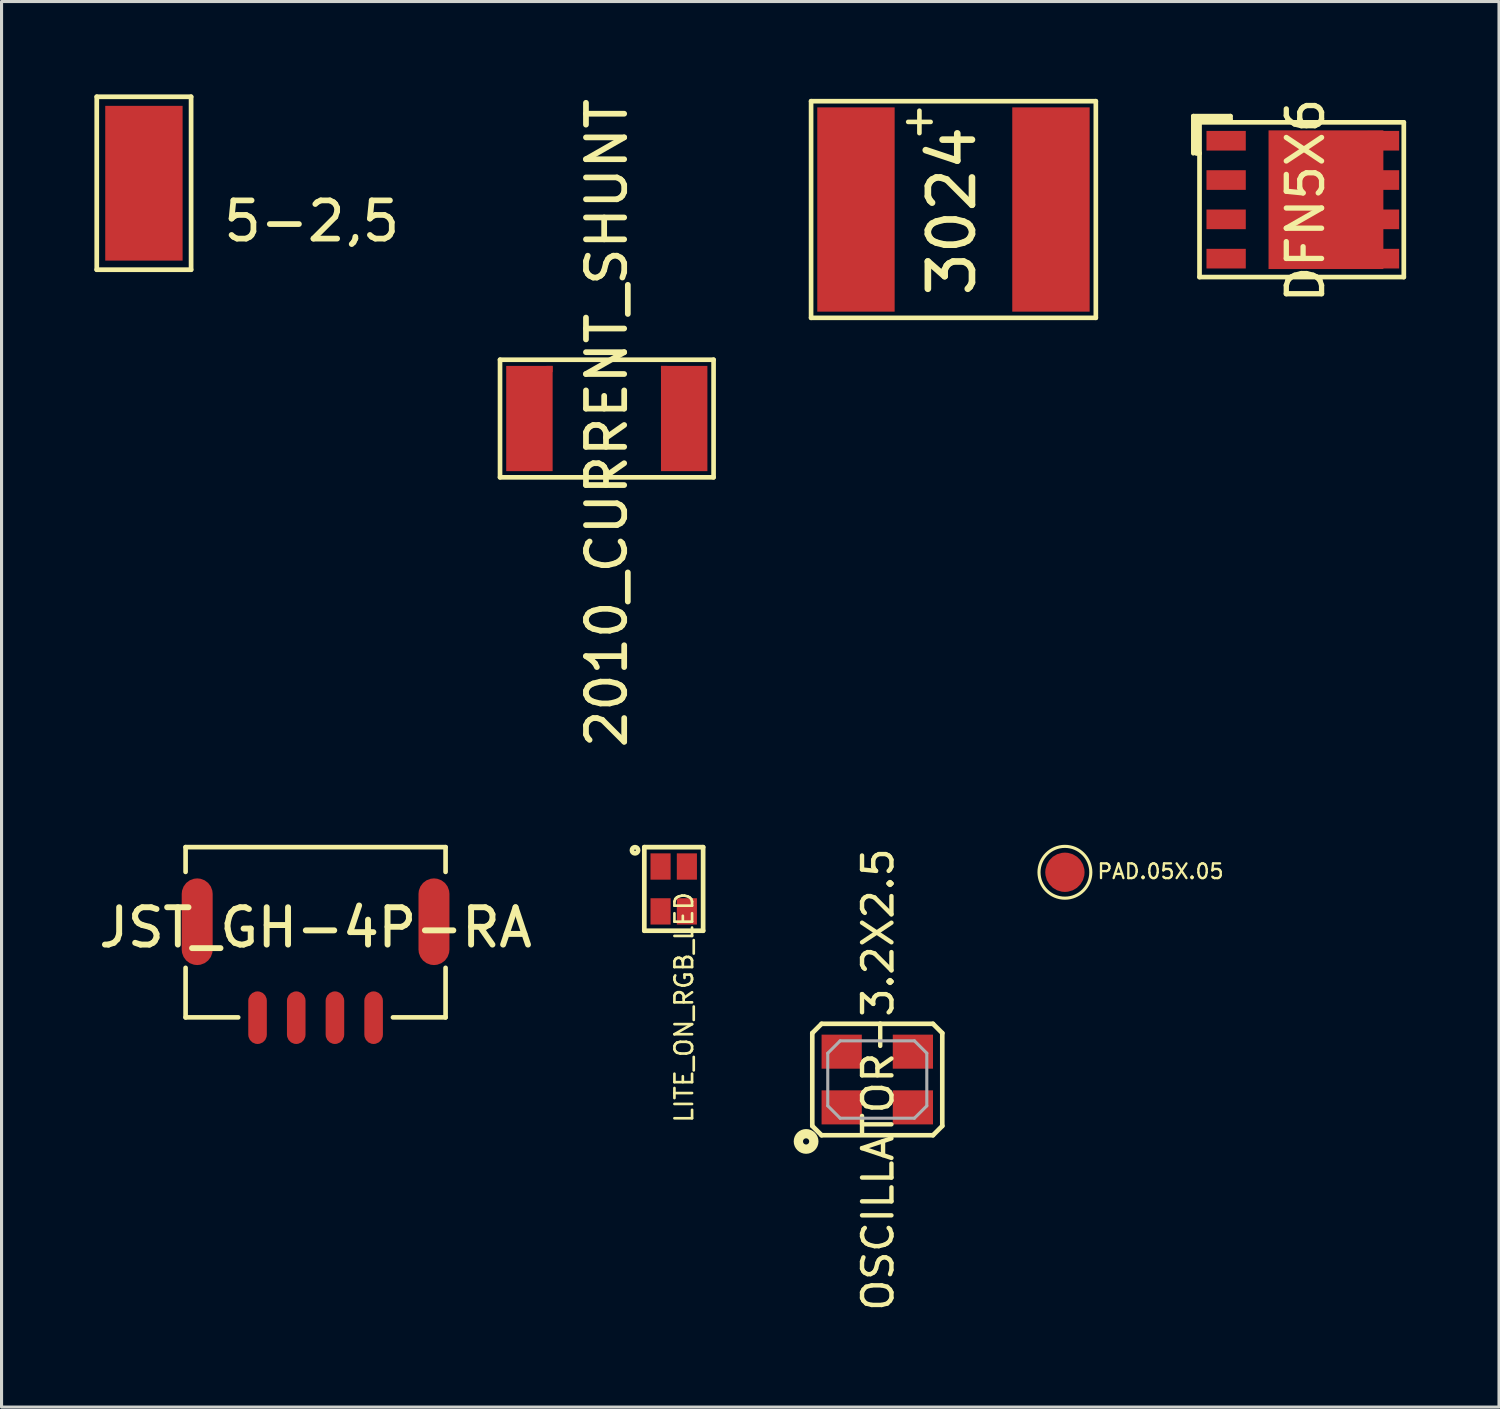
<source format=kicad_pcb>
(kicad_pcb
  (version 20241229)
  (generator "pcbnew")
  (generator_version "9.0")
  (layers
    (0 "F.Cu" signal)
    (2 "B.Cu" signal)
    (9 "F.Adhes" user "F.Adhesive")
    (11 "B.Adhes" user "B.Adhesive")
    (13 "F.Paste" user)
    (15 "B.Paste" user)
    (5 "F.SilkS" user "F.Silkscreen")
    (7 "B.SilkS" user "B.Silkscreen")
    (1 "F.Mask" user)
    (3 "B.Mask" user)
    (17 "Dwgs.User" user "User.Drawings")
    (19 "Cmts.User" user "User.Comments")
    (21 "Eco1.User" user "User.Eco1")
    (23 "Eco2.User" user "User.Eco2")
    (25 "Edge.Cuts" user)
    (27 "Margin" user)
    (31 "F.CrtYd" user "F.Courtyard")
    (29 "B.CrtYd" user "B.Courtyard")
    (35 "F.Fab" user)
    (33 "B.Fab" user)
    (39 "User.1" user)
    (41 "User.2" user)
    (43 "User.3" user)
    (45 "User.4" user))
  (footprint "OSCILLATOR-3.2X2.5"
    (layer "F.Cu")
    (at 25.294 31.828)
    (property "Reference" "OSCILLATOR-3.2X2.5" (at 0.025 0 90) (layer "F.SilkS") (effects (font (size 0.95 0.95) (thickness 0.142))))
    (attr through_hole)
    (fp_line (start -2.1 -1.5) (end -1.8 -1.8) (stroke (width 0.15) (type solid)) (layer "F.SilkS"))
    (fp_line (start -2.1 1.5) (end -2.1 -1.5) (stroke (width 0.15) (type solid)) (layer "F.SilkS"))
    (fp_line (start -1.8 -1.8) (end 1.8 -1.8) (stroke (width 0.15) (type solid)) (layer "F.SilkS"))
    (fp_line (start -1.8 1.8) (end -2.1 1.5) (stroke (width 0.15) (type solid)) (layer "F.SilkS"))
    (fp_line (start 1.8 -1.8) (end 2.1 -1.5) (stroke (width 0.15) (type solid)) (layer "F.SilkS"))
    (fp_line (start 1.8 1.8) (end -1.8 1.8) (stroke (width 0.15) (type solid)) (layer "F.SilkS"))
    (fp_line (start 2.1 -1.5) (end 2.1 1.5) (stroke (width 0.15) (type solid)) (layer "F.SilkS"))
    (fp_line (start 2.1 1.5) (end 1.8 1.8) (stroke (width 0.15) (type solid)) (layer "F.SilkS"))
    (fp_circle (center -2.3 2) (end -2.2 2) (stroke (width 0.3) (type solid)) (fill no) (layer "F.SilkS"))
    (fp_line (start -2.1 -1.5) (end -1.8 -1.8) (stroke (width 0.001) (type solid)) (layer "Dwgs.User"))
    (fp_line (start -2.1 1.5) (end -2.1 -1.5) (stroke (width 0.001) (type solid)) (layer "Dwgs.User"))
    (fp_line (start -1.8 -1.8) (end 1.8 -1.8) (stroke (width 0.001) (type solid)) (layer "Dwgs.User"))
    (fp_line (start -1.8 1.8) (end -2.1 1.5) (stroke (width 0.001) (type solid)) (layer "Dwgs.User"))
    (fp_line (start 1.8 -1.8) (end 2.1 -1.5) (stroke (width 0.001) (type solid)) (layer "Dwgs.User"))
    (fp_line (start 1.8 1.8) (end -1.8 1.8) (stroke (width 0.001) (type solid)) (layer "Dwgs.User"))
    (fp_line (start 2.1 -1.5) (end 2.1 1.5) (stroke (width 0.001) (type solid)) (layer "Dwgs.User"))
    (fp_line (start 2.1 1.5) (end 1.8 1.8) (stroke (width 0.001) (type solid)) (layer "Dwgs.User"))
    (fp_line (start -1.6 -0.85) (end -1.2 -1.25) (stroke (width 0.1) (type solid)) (layer "F.Fab"))
    (fp_line (start -1.6 0.85) (end -1.6 -0.85) (stroke (width 0.1) (type solid)) (layer "F.Fab"))
    (fp_line (start -1.6 0.85) (end -1.2 1.25) (stroke (width 0.1) (type solid)) (layer "F.Fab"))
    (fp_line (start -1.2 -1.25) (end 1.2 -1.25) (stroke (width 0.1) (type solid)) (layer "F.Fab"))
    (fp_line (start 1.2 -1.25) (end 1.6 -0.85) (stroke (width 0.1) (type solid)) (layer "F.Fab"))
    (fp_line (start 1.2 1.25) (end -1.2 1.25) (stroke (width 0.1) (type solid)) (layer "F.Fab"))
    (fp_line (start 1.2 1.25) (end 1.6 0.85) (stroke (width 0.1) (type solid)) (layer "F.Fab"))
    (fp_line (start 1.6 -0.85) (end 1.6 0.85) (stroke (width 0.1) (type solid)) (layer "F.Fab"))
    (pad "1" smd rect (at -1.15 0.9) (size 1.3 1.1) (layers "F.Cu" "F.Mask" "F.Paste"))
    (pad "2" smd rect (at 1.15 0.9) (size 1.3 1.1) (layers "F.Cu" "F.Mask" "F.Paste"))
    (pad "3" smd rect (at 1.15 -0.9) (size 1.3 1.1) (layers "F.Cu" "F.Mask" "F.Paste"))
    (pad "4" smd rect (at -1.15 -0.9) (size 1.3 1.1) (layers "F.Cu" "F.Mask" "F.Paste")))
  (footprint "PAD.05X.05"
    (layer "F.Cu")
    (at 31.356 25.132)
    (property "Reference" "PAD.05X.05" (at 1.004 0.25 0) (layer "F.SilkS") (effects (font (size 0.475 0.475) (thickness 0.075)) (justify left bottom)))
    (attr through_hole)
    (fp_circle (center 0 0) (end 0.837 0) (stroke (width 0.1) (type solid)) (fill no) (layer "F.SilkS"))
    (pad "P$1" smd roundrect (at 0 0) (size 1.27 1.27) (layers "F.Cu" "F.Mask") (roundrect_rratio 0.5)))
  (footprint "3024"
    (layer "F.Cu")
    (at 27.755 3.719)
    (property "Reference" "3024" (at -0.05 0.05 90) (layer "F.SilkS") (effects (font (size 1.425 1.425) (thickness 0.214))))
    (attr through_hole)
    (fp_line (start -4.6 -3.5) (end -4.6 3.5) (stroke (width 0.15) (type solid)) (layer "F.SilkS"))
    (fp_line (start -4.6 3.5) (end 4.6 3.5) (stroke (width 0.15) (type solid)) (layer "F.SilkS"))
    (fp_line (start 4.6 -3.5) (end -4.6 -3.5) (stroke (width 0.15) (type solid)) (layer "F.SilkS"))
    (fp_line (start 4.6 3.5) (end 4.6 -3.5) (stroke (width 0.15) (type solid)) (layer "F.SilkS"))
    (fp_text user "+" (at -1.1 -2.9 0) (layer "F.SilkS") (effects (font (size 0.95 0.95) (thickness 0.15))))
    (pad "+" smd rect (at -3.15 0 90) (size 6.6 2.5) (layers "F.Cu" "F.Mask" "F.Paste"))
    (pad "-" smd rect (at 3.15 0 90) (size 6.6 2.5) (layers "F.Cu" "F.Mask" "F.Paste")))
  (footprint "JST_GH-4P-RA"
    (layer "F.Cu")
    (at 7.146 26.92)
    (property "Reference" "JST_GH-4P-RA" (at 0 0 0) (layer "F.SilkS") (effects (font (size 1.206 1.206) (thickness 0.191))))
    (attr through_hole)
    (fp_line (start -4.2 -2.6) (end 4.2 -2.6) (stroke (width 0.15) (type solid)) (layer "F.SilkS"))
    (fp_line (start -4.2 -1.8) (end -4.2 -2.6) (stroke (width 0.15) (type solid)) (layer "F.SilkS"))
    (fp_line (start -4.2 2.9) (end -4.2 1.3) (stroke (width 0.15) (type solid)) (layer "F.SilkS"))
    (fp_line (start -2.5 2.9) (end -4.2 2.9) (stroke (width 0.15) (type solid)) (layer "F.SilkS"))
    (fp_line (start 4.2 -2.6) (end 4.2 -1.8) (stroke (width 0.15) (type solid)) (layer "F.SilkS"))
    (fp_line (start 4.2 1.3) (end 4.2 2.9) (stroke (width 0.15) (type solid)) (layer "F.SilkS"))
    (fp_line (start 4.2 2.9) (end 2.5 2.9) (stroke (width 0.15) (type solid)) (layer "F.SilkS"))
    (pad "1" smd roundrect (at 1.875 2.91 180) (size 0.6 1.7) (layers "F.Cu" "F.Mask" "F.Paste") (roundrect_rratio 0.5))
    (pad "2" smd roundrect (at 0.625 2.91 180) (size 0.6 1.7) (layers "F.Cu" "F.Mask" "F.Paste") (roundrect_rratio 0.5))
    (pad "3" smd roundrect (at -0.625 2.91 180) (size 0.6 1.7) (layers "F.Cu" "F.Mask" "F.Paste") (roundrect_rratio 0.5))
    (pad "4" smd roundrect (at -1.875 2.91 180) (size 0.6 1.7) (layers "F.Cu" "F.Mask" "F.Paste") (roundrect_rratio 0.5))
    (pad "M$0" smd roundrect (at -3.825 -0.19 270) (size 2.8 1) (layers "F.Cu" "F.Mask" "F.Paste") (roundrect_rratio 0.5))
    (pad "M$1" smd roundrect (at 3.825 -0.19 270) (size 2.8 1) (layers "F.Cu" "F.Mask" "F.Paste") (roundrect_rratio 0.5)))
  (footprint "2010_CURRENT_SHUNT"
    (layer "F.Cu")
    (at 16.555 10.472)
    (property "Reference" "2010_CURRENT_SHUNT" (at 0 0.15 270) (layer "F.SilkS") (effects (font (size 1.235 1.235) (thickness 0.185))))
    (attr through_hole)
    (fp_line (start -3.45 -1.9) (end -3.45 1.9) (stroke (width 0.15) (type solid)) (layer "F.SilkS"))
    (fp_line (start -3.45 1.9) (end 3.45 1.9) (stroke (width 0.15) (type solid)) (layer "F.SilkS"))
    (fp_line (start 3.45 -1.9) (end -3.45 -1.9) (stroke (width 0.15) (type solid)) (layer "F.SilkS"))
    (fp_line (start 3.45 1.9) (end 3.45 -1.9) (stroke (width 0.15) (type solid)) (layer "F.SilkS"))
    (pad "CURRENT1" smd rect (at -2.5 0) (size 1.5 3.4) (layers "F.Cu" "F.Mask" "F.Paste"))
    (pad "CURRENT2" smd rect (at 2.5 0) (size 1.5 3.4) (layers "F.Cu" "F.Mask" "F.Paste"))
    (pad "SENSE1" smd rect (at -1.85 -1.6) (size 0.2 0.2) (layers "F.Cu" "F.Mask" "F.Paste"))
    (pad "SENSE2" smd rect (at 1.85 -1.6) (size 0.2 0.2) (layers "F.Cu" "F.Mask" "F.Paste")))
  (footprint "DFN5X6"
    (layer "F.Cu")
    (at 39.105 3.402)
    (property "Reference" "DFN5X6" (at 0.025 0.025 270) (layer "F.SilkS") (effects (font (size 1.14 1.14) (thickness 0.171))))
    (attr through_hole)
    (fp_poly (pts (xy -1.17 -2.24) (xy -1.17 2.24) (xy 2.54 2.24) (xy 2.54 -2.24)) (stroke (width 0) (type solid)) (fill yes) (layer "F.Cu"))
    (fp_poly (pts (xy -1.25 -2.3) (xy 3 -2.3) (xy 3 -1.5) (xy 2.7 -1.5) (xy 2.7 -1.05) (xy 3 -1.05) (xy 3 -0.25) (xy 2.7 -0.25) (xy 2.7 0.25) (xy 3 0.25) (xy 3 1) (xy 2.7 1) (xy 2.7 1.5) (xy 3 1.5) (xy 3 2.3) (xy -1.25 2.3)) (stroke (width 0) (type solid)) (fill yes) (layer "F.Mask"))
    (fp_line (start -3.6 -2.7) (end -3.6 -1.5) (stroke (width 0.15) (type solid)) (layer "F.SilkS"))
    (fp_line (start -3.5 -2.6) (end -2.4 -2.6) (stroke (width 0.15) (type solid)) (layer "F.SilkS"))
    (fp_line (start -3.5 -1.5) (end -3.5 -2.6) (stroke (width 0.15) (type solid)) (layer "F.SilkS"))
    (fp_line (start -3.4 -2.5) (end 3.2 -2.5) (stroke (width 0.152) (type solid)) (layer "F.SilkS"))
    (fp_line (start -3.4 -1.5) (end -3.5 -1.5) (stroke (width 0.15) (type solid)) (layer "F.SilkS"))
    (fp_line (start -3.4 -1.5) (end -3.4 -2.5) (stroke (width 0.152) (type solid)) (layer "F.SilkS"))
    (fp_line (start -3.4 2.5) (end -3.4 -1.5) (stroke (width 0.152) (type solid)) (layer "F.SilkS"))
    (fp_line (start -2.4 -2.7) (end -3.6 -2.7) (stroke (width 0.15) (type solid)) (layer "F.SilkS"))
    (fp_line (start -2.4 -2.6) (end -2.4 -2.7) (stroke (width 0.15) (type solid)) (layer "F.SilkS"))
    (fp_line (start 3.2 -2.5) (end 3.2 2.5) (stroke (width 0.152) (type solid)) (layer "F.SilkS"))
    (fp_line (start 3.2 2.5) (end -3.4 2.5) (stroke (width 0.152) (type solid)) (layer "F.SilkS"))
    (fp_poly (pts (xy -0.55 -2.1) (xy 2.85 -2.1) (xy 2.85 -1.7) (xy 2.5 -1.7) (xy 2.5 -0.8) (xy 2.85 -0.8) (xy 2.85 -0.45) (xy 2.5 -0.45) (xy 2.5 0.45) (xy 2.85 0.45) (xy 2.85 0.8) (xy 2.5 0.8) (xy 2.5 1.7) (xy 2.85 1.7) (xy 2.85 2.1) (xy -0.55 2.1)) (stroke (width 0) (type solid)) (fill yes) (layer "F.Paste"))
    (pad "1S" smd rect (at -2.54 -1.905) (size 1.27 0.635) (layers "F.Cu" "F.Mask" "F.Paste"))
    (pad "2S" smd rect (at -2.54 -0.635) (size 1.27 0.635) (layers "F.Cu" "F.Mask" "F.Paste"))
    (pad "3S" smd rect (at -2.54 0.635) (size 1.27 0.635) (layers "F.Cu" "F.Mask" "F.Paste"))
    (pad "4G" smd rect (at -2.54 1.905) (size 1.27 0.635) (layers "F.Cu" "F.Mask" "F.Paste"))
    (pad "5D" smd rect (at 2.54 1.905) (size 1.02 0.635) (layers "F.Cu" "F.Mask"))
    (pad "6D" smd rect (at 2.54 0.635) (size 1.02 0.635) (layers "F.Cu" "F.Mask"))
    (pad "7D" smd rect (at 2.54 -0.635) (size 1.02 0.635) (layers "F.Cu" "F.Mask"))
    (pad "8D" smd rect (at 2.54 -1.905) (size 1.02 0.635) (layers "F.Cu" "F.Mask")))
  (footprint "5-2,5"
    (layer "F.Cu")
    (at 1.6 2.87)
    (property "Reference" "5-2,5" (at 2.475 1.95 180) (layer "F.SilkS") (effects (font (size 1.235 1.235) (thickness 0.185)) (justify left bottom)))
    (attr through_hole)
    (fp_line (start -1.524 2.794) (end -1.524 -2.794) (stroke (width 0.152) (type solid)) (layer "F.SilkS"))
    (fp_line (start -1.524 2.794) (end 1.524 2.794) (stroke (width 0.152) (type solid)) (layer "F.SilkS"))
    (fp_line (start 1.524 -2.794) (end -1.524 -2.794) (stroke (width 0.152) (type solid)) (layer "F.SilkS"))
    (fp_line (start 1.524 -2.794) (end 1.524 2.794) (stroke (width 0.152) (type solid)) (layer "F.SilkS"))
    (pad "1" smd rect (at 0 0) (size 2.5 5) (layers "F.Cu" "F.Mask" "F.Paste")))
  (footprint "LITE_ON_RGB_LED"
    (layer "F.Cu")
    (at 18.717 25.671)
    (property "Reference" "LITE_ON_RGB_LED" (at 0 0.05 270) (layer "F.SilkS") (effects (font (size 0.57 0.57) (thickness 0.086)) (justify right top)))
    (attr through_hole)
    (fp_line (start -0.95 -1.35) (end 0.95 -1.35) (stroke (width 0.152) (type solid)) (layer "F.SilkS"))
    (fp_line (start -0.95 1.35) (end -0.95 -1.35) (stroke (width 0.152) (type solid)) (layer "F.SilkS"))
    (fp_line (start 0.95 -1.35) (end 0.95 1.35) (stroke (width 0.152) (type solid)) (layer "F.SilkS"))
    (fp_line (start 0.95 1.35) (end -0.95 1.35) (stroke (width 0.152) (type solid)) (layer "F.SilkS"))
    (fp_circle (center -1.25 -1.25) (end -1.15 -1.25) (stroke (width 0.152) (type solid)) (fill no) (layer "F.SilkS"))
    (pad "+" smd rect (at -0.425 0.725) (size 0.65 0.85) (layers "F.Cu" "F.Mask" "F.Paste"))
    (pad "B" smd rect (at 0.425 0.725) (size 0.65 0.85) (layers "F.Cu" "F.Mask" "F.Paste"))
    (pad "G" smd rect (at 0.425 -0.725) (size 0.65 0.85) (layers "F.Cu" "F.Mask" "F.Paste"))
    (pad "R" smd rect (at -0.425 -0.725) (size 0.65 0.85) (layers "F.Cu" "F.Mask" "F.Paste")))
  (gr_rect
    (start -3 -3)
    (end 45.381 42.411)
    (stroke (width 0.1) (type default))
    (fill no)
    (layer "Edge.Cuts")))
</source>
